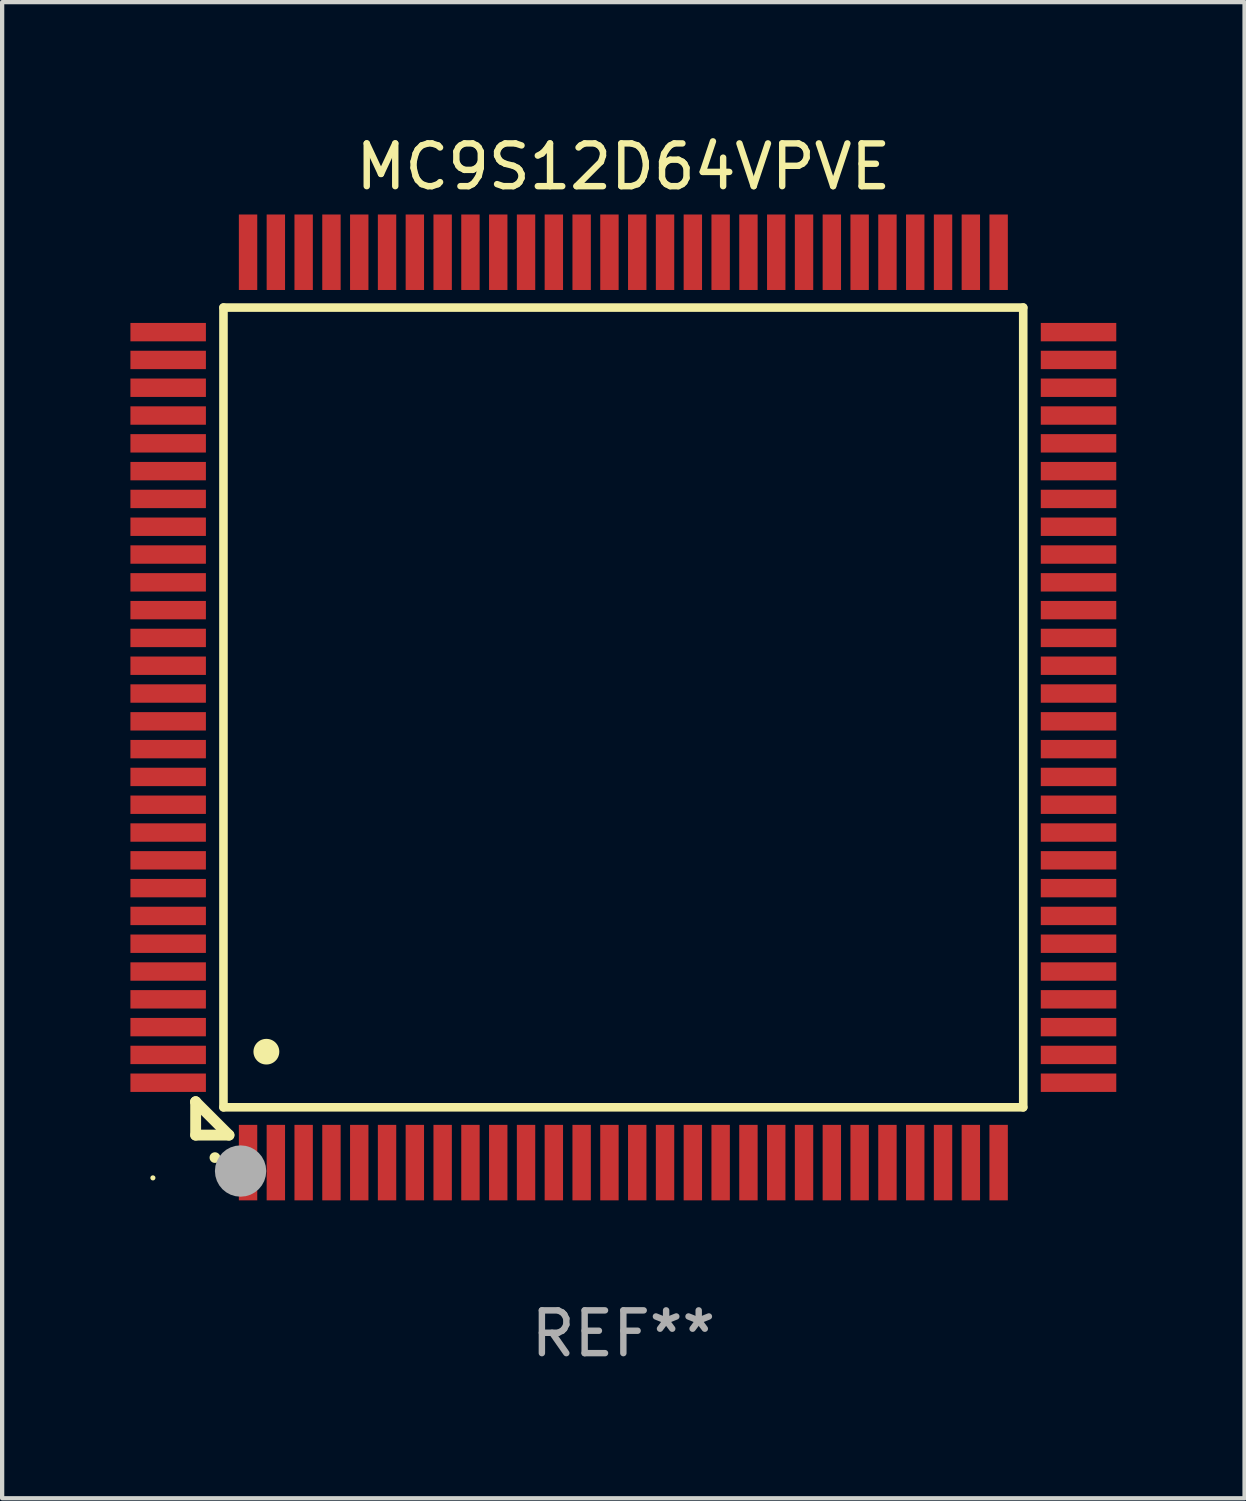
<source format=kicad_pcb>
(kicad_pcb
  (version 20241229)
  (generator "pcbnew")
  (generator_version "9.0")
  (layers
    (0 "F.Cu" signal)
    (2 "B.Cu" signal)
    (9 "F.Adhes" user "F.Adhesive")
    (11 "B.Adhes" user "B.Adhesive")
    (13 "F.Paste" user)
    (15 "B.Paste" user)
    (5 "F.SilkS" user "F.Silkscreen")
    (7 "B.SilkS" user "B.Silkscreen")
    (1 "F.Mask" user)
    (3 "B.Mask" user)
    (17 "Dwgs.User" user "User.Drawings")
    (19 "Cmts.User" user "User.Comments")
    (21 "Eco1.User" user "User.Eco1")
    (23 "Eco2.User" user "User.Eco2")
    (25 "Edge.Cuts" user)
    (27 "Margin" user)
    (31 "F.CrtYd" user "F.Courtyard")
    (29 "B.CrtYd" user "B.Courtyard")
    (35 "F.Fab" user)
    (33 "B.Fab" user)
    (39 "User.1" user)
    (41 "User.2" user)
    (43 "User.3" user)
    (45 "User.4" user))
  (footprint "MC9S12D64VPVE"
    (layer "F.Cu")
    (at 11.525 13.491)
    (property "Reference" "MC9S12D64VPVE" (at 0 -12.643 0) (layer "F.SilkS") (effects (font (size 1 1) (thickness 0.15))))
    (attr through_hole)
    (fp_line (start -10 9.221) (end -10 9.221) (stroke (width 0.254) (type solid)) (layer "F.SilkS"))
    (fp_line (start -10 9.221) (end -10 10) (stroke (width 0.254) (type solid)) (layer "F.SilkS"))
    (fp_line (start -10 9.221) (end -9.221 10) (stroke (width 0.254) (type solid)) (layer "F.SilkS"))
    (fp_line (start -10 10) (end -9.221 10) (stroke (width 0.254) (type solid)) (layer "F.SilkS"))
    (fp_line (start -9.35 -9.35) (end -9.35 9.35) (stroke (width 0.201) (type solid)) (layer "F.SilkS"))
    (fp_line (start -9.35 9.35) (end 9.35 9.35) (stroke (width 0.201) (type solid)) (layer "F.SilkS"))
    (fp_line (start 9.35 -9.35) (end -9.35 -9.35) (stroke (width 0.201) (type solid)) (layer "F.SilkS"))
    (fp_line (start 9.35 9.35) (end 9.35 -9.35) (stroke (width 0.201) (type solid)) (layer "F.SilkS"))
    (fp_arc (start -9.550546 10.525832) (mid -9.549276 10.525826) (end -9.548006 10.525832) (stroke (width 0.24892) (type solid)) (layer "F.SilkS"))
    (fp_arc (start -8.349124 8.049327) (mid -8.346584 8.049316) (end -8.344044 8.049327) (stroke (width 0.599441) (type solid)) (layer "F.SilkS"))
    (fp_circle (center -11 11) (end -10.97 11) (stroke (width 0.06) (type solid)) (fill no) (layer "F.SilkS"))
    (fp_circle (center -8.95 10.84) (end -8.65 10.84) (stroke (width 0.6) (type solid)) (fill no) (layer "F.Fab"))
    (fp_text user "REF**" (at 0 14.643 0) (layer "F.Fab") (effects (font (size 1 1) (thickness 0.15))))
    (pad "1" smd rect (at -8.775 10.643) (size 0.43 1.765) (layers "F.Cu" "F.Mask" "F.Paste"))
    (pad "2" smd rect (at -8.125 10.643) (size 0.43 1.765) (layers "F.Cu" "F.Mask" "F.Paste"))
    (pad "3" smd rect (at -7.475 10.643) (size 0.43 1.765) (layers "F.Cu" "F.Mask" "F.Paste"))
    (pad "4" smd rect (at -6.825 10.643) (size 0.43 1.765) (layers "F.Cu" "F.Mask" "F.Paste"))
    (pad "5" smd rect (at -6.175 10.643) (size 0.43 1.765) (layers "F.Cu" "F.Mask" "F.Paste"))
    (pad "6" smd rect (at -5.525 10.643) (size 0.43 1.765) (layers "F.Cu" "F.Mask" "F.Paste"))
    (pad "7" smd rect (at -4.875 10.643) (size 0.43 1.765) (layers "F.Cu" "F.Mask" "F.Paste"))
    (pad "8" smd rect (at -4.225 10.643) (size 0.43 1.765) (layers "F.Cu" "F.Mask" "F.Paste"))
    (pad "9" smd rect (at -3.575 10.643) (size 0.43 1.765) (layers "F.Cu" "F.Mask" "F.Paste"))
    (pad "10" smd rect (at -2.925 10.643) (size 0.43 1.765) (layers "F.Cu" "F.Mask" "F.Paste"))
    (pad "11" smd rect (at -2.275 10.643) (size 0.43 1.765) (layers "F.Cu" "F.Mask" "F.Paste"))
    (pad "12" smd rect (at -1.625 10.643) (size 0.43 1.765) (layers "F.Cu" "F.Mask" "F.Paste"))
    (pad "13" smd rect (at -0.975 10.643) (size 0.43 1.765) (layers "F.Cu" "F.Mask" "F.Paste"))
    (pad "14" smd rect (at -0.325 10.643) (size 0.43 1.765) (layers "F.Cu" "F.Mask" "F.Paste"))
    (pad "15" smd rect (at 0.325 10.643) (size 0.43 1.765) (layers "F.Cu" "F.Mask" "F.Paste"))
    (pad "16" smd rect (at 0.975 10.643) (size 0.43 1.765) (layers "F.Cu" "F.Mask" "F.Paste"))
    (pad "17" smd rect (at 1.625 10.643) (size 0.43 1.765) (layers "F.Cu" "F.Mask" "F.Paste"))
    (pad "18" smd rect (at 2.275 10.643) (size 0.43 1.765) (layers "F.Cu" "F.Mask" "F.Paste"))
    (pad "19" smd rect (at 2.925 10.643) (size 0.43 1.765) (layers "F.Cu" "F.Mask" "F.Paste"))
    (pad "20" smd rect (at 3.575 10.643) (size 0.43 1.765) (layers "F.Cu" "F.Mask" "F.Paste"))
    (pad "21" smd rect (at 4.225 10.643) (size 0.43 1.765) (layers "F.Cu" "F.Mask" "F.Paste"))
    (pad "22" smd rect (at 4.875 10.643) (size 0.43 1.765) (layers "F.Cu" "F.Mask" "F.Paste"))
    (pad "23" smd rect (at 5.525 10.643) (size 0.43 1.765) (layers "F.Cu" "F.Mask" "F.Paste"))
    (pad "24" smd rect (at 6.175 10.643) (size 0.43 1.765) (layers "F.Cu" "F.Mask" "F.Paste"))
    (pad "25" smd rect (at 6.825 10.643) (size 0.43 1.765) (layers "F.Cu" "F.Mask" "F.Paste"))
    (pad "26" smd rect (at 7.475 10.643) (size 0.43 1.765) (layers "F.Cu" "F.Mask" "F.Paste"))
    (pad "27" smd rect (at 8.125 10.643) (size 0.43 1.765) (layers "F.Cu" "F.Mask" "F.Paste"))
    (pad "28" smd rect (at 8.775 10.643) (size 0.43 1.765) (layers "F.Cu" "F.Mask" "F.Paste"))
    (pad "29" smd rect (at 10.643 8.775) (size 1.765 0.43) (layers "F.Cu" "F.Mask" "F.Paste"))
    (pad "30" smd rect (at 10.643 8.125) (size 1.765 0.43) (layers "F.Cu" "F.Mask" "F.Paste"))
    (pad "31" smd rect (at 10.643 7.475) (size 1.765 0.43) (layers "F.Cu" "F.Mask" "F.Paste"))
    (pad "32" smd rect (at 10.643 6.825) (size 1.765 0.43) (layers "F.Cu" "F.Mask" "F.Paste"))
    (pad "33" smd rect (at 10.643 6.175) (size 1.765 0.43) (layers "F.Cu" "F.Mask" "F.Paste"))
    (pad "34" smd rect (at 10.643 5.525) (size 1.765 0.43) (layers "F.Cu" "F.Mask" "F.Paste"))
    (pad "35" smd rect (at 10.643 4.875) (size 1.765 0.43) (layers "F.Cu" "F.Mask" "F.Paste"))
    (pad "36" smd rect (at 10.643 4.225) (size 1.765 0.43) (layers "F.Cu" "F.Mask" "F.Paste"))
    (pad "37" smd rect (at 10.643 3.575) (size 1.765 0.43) (layers "F.Cu" "F.Mask" "F.Paste"))
    (pad "38" smd rect (at 10.643 2.925) (size 1.765 0.43) (layers "F.Cu" "F.Mask" "F.Paste"))
    (pad "39" smd rect (at 10.643 2.275) (size 1.765 0.43) (layers "F.Cu" "F.Mask" "F.Paste"))
    (pad "40" smd rect (at 10.643 1.625) (size 1.765 0.43) (layers "F.Cu" "F.Mask" "F.Paste"))
    (pad "41" smd rect (at 10.643 0.975) (size 1.765 0.43) (layers "F.Cu" "F.Mask" "F.Paste"))
    (pad "42" smd rect (at 10.643 0.325) (size 1.765 0.43) (layers "F.Cu" "F.Mask" "F.Paste"))
    (pad "43" smd rect (at 10.643 -0.325) (size 1.765 0.43) (layers "F.Cu" "F.Mask" "F.Paste"))
    (pad "44" smd rect (at 10.643 -0.975) (size 1.765 0.43) (layers "F.Cu" "F.Mask" "F.Paste"))
    (pad "45" smd rect (at 10.643 -1.625) (size 1.765 0.43) (layers "F.Cu" "F.Mask" "F.Paste"))
    (pad "46" smd rect (at 10.643 -2.275) (size 1.765 0.43) (layers "F.Cu" "F.Mask" "F.Paste"))
    (pad "47" smd rect (at 10.643 -2.925) (size 1.765 0.43) (layers "F.Cu" "F.Mask" "F.Paste"))
    (pad "48" smd rect (at 10.643 -3.575) (size 1.765 0.43) (layers "F.Cu" "F.Mask" "F.Paste"))
    (pad "49" smd rect (at 10.643 -4.225) (size 1.765 0.43) (layers "F.Cu" "F.Mask" "F.Paste"))
    (pad "50" smd rect (at 10.643 -4.875) (size 1.765 0.43) (layers "F.Cu" "F.Mask" "F.Paste"))
    (pad "51" smd rect (at 10.643 -5.525) (size 1.765 0.43) (layers "F.Cu" "F.Mask" "F.Paste"))
    (pad "52" smd rect (at 10.643 -6.175) (size 1.765 0.43) (layers "F.Cu" "F.Mask" "F.Paste"))
    (pad "53" smd rect (at 10.643 -6.825) (size 1.765 0.43) (layers "F.Cu" "F.Mask" "F.Paste"))
    (pad "54" smd rect (at 10.643 -7.475) (size 1.765 0.43) (layers "F.Cu" "F.Mask" "F.Paste"))
    (pad "55" smd rect (at 10.643 -8.125) (size 1.765 0.43) (layers "F.Cu" "F.Mask" "F.Paste"))
    (pad "56" smd rect (at 10.643 -8.775) (size 1.765 0.43) (layers "F.Cu" "F.Mask" "F.Paste"))
    (pad "57" smd rect (at 8.775 -10.643) (size 0.43 1.765) (layers "F.Cu" "F.Mask" "F.Paste"))
    (pad "58" smd rect (at 8.125 -10.643) (size 0.43 1.765) (layers "F.Cu" "F.Mask" "F.Paste"))
    (pad "59" smd rect (at 7.475 -10.643) (size 0.43 1.765) (layers "F.Cu" "F.Mask" "F.Paste"))
    (pad "60" smd rect (at 6.825 -10.643) (size 0.43 1.765) (layers "F.Cu" "F.Mask" "F.Paste"))
    (pad "61" smd rect (at 6.175 -10.643) (size 0.43 1.765) (layers "F.Cu" "F.Mask" "F.Paste"))
    (pad "62" smd rect (at 5.525 -10.643) (size 0.43 1.765) (layers "F.Cu" "F.Mask" "F.Paste"))
    (pad "63" smd rect (at 4.875 -10.643) (size 0.43 1.765) (layers "F.Cu" "F.Mask" "F.Paste"))
    (pad "64" smd rect (at 4.225 -10.643) (size 0.43 1.765) (layers "F.Cu" "F.Mask" "F.Paste"))
    (pad "65" smd rect (at 3.575 -10.643) (size 0.43 1.765) (layers "F.Cu" "F.Mask" "F.Paste"))
    (pad "66" smd rect (at 2.925 -10.643) (size 0.43 1.765) (layers "F.Cu" "F.Mask" "F.Paste"))
    (pad "67" smd rect (at 2.275 -10.643) (size 0.43 1.765) (layers "F.Cu" "F.Mask" "F.Paste"))
    (pad "68" smd rect (at 1.625 -10.643) (size 0.43 1.765) (layers "F.Cu" "F.Mask" "F.Paste"))
    (pad "69" smd rect (at 0.975 -10.643) (size 0.43 1.765) (layers "F.Cu" "F.Mask" "F.Paste"))
    (pad "70" smd rect (at 0.325 -10.643) (size 0.43 1.765) (layers "F.Cu" "F.Mask" "F.Paste"))
    (pad "71" smd rect (at -0.325 -10.643) (size 0.43 1.765) (layers "F.Cu" "F.Mask" "F.Paste"))
    (pad "72" smd rect (at -0.975 -10.643) (size 0.43 1.765) (layers "F.Cu" "F.Mask" "F.Paste"))
    (pad "73" smd rect (at -1.625 -10.643) (size 0.43 1.765) (layers "F.Cu" "F.Mask" "F.Paste"))
    (pad "74" smd rect (at -2.275 -10.643) (size 0.43 1.765) (layers "F.Cu" "F.Mask" "F.Paste"))
    (pad "75" smd rect (at -2.925 -10.643) (size 0.43 1.765) (layers "F.Cu" "F.Mask" "F.Paste"))
    (pad "76" smd rect (at -3.575 -10.643) (size 0.43 1.765) (layers "F.Cu" "F.Mask" "F.Paste"))
    (pad "77" smd rect (at -4.225 -10.643) (size 0.43 1.765) (layers "F.Cu" "F.Mask" "F.Paste"))
    (pad "78" smd rect (at -4.875 -10.643) (size 0.43 1.765) (layers "F.Cu" "F.Mask" "F.Paste"))
    (pad "79" smd rect (at -5.525 -10.643) (size 0.43 1.765) (layers "F.Cu" "F.Mask" "F.Paste"))
    (pad "80" smd rect (at -6.175 -10.643) (size 0.43 1.765) (layers "F.Cu" "F.Mask" "F.Paste"))
    (pad "81" smd rect (at -6.825 -10.643) (size 0.43 1.765) (layers "F.Cu" "F.Mask" "F.Paste"))
    (pad "82" smd rect (at -7.475 -10.643) (size 0.43 1.765) (layers "F.Cu" "F.Mask" "F.Paste"))
    (pad "83" smd rect (at -8.125 -10.643) (size 0.43 1.765) (layers "F.Cu" "F.Mask" "F.Paste"))
    (pad "84" smd rect (at -8.775 -10.643) (size 0.43 1.765) (layers "F.Cu" "F.Mask" "F.Paste"))
    (pad "85" smd rect (at -10.643 -8.775) (size 1.765 0.43) (layers "F.Cu" "F.Mask" "F.Paste"))
    (pad "86" smd rect (at -10.643 -8.125) (size 1.765 0.43) (layers "F.Cu" "F.Mask" "F.Paste"))
    (pad "87" smd rect (at -10.643 -7.475) (size 1.765 0.43) (layers "F.Cu" "F.Mask" "F.Paste"))
    (pad "88" smd rect (at -10.643 -6.825) (size 1.765 0.43) (layers "F.Cu" "F.Mask" "F.Paste"))
    (pad "89" smd rect (at -10.643 -6.175) (size 1.765 0.43) (layers "F.Cu" "F.Mask" "F.Paste"))
    (pad "90" smd rect (at -10.643 -5.525) (size 1.765 0.43) (layers "F.Cu" "F.Mask" "F.Paste"))
    (pad "91" smd rect (at -10.643 -4.875) (size 1.765 0.43) (layers "F.Cu" "F.Mask" "F.Paste"))
    (pad "92" smd rect (at -10.643 -4.225) (size 1.765 0.43) (layers "F.Cu" "F.Mask" "F.Paste"))
    (pad "93" smd rect (at -10.643 -3.575) (size 1.765 0.43) (layers "F.Cu" "F.Mask" "F.Paste"))
    (pad "94" smd rect (at -10.643 -2.925) (size 1.765 0.43) (layers "F.Cu" "F.Mask" "F.Paste"))
    (pad "95" smd rect (at -10.643 -2.275) (size 1.765 0.43) (layers "F.Cu" "F.Mask" "F.Paste"))
    (pad "96" smd rect (at -10.643 -1.625) (size 1.765 0.43) (layers "F.Cu" "F.Mask" "F.Paste"))
    (pad "97" smd rect (at -10.643 -0.975) (size 1.765 0.43) (layers "F.Cu" "F.Mask" "F.Paste"))
    (pad "98" smd rect (at -10.643 -0.325) (size 1.765 0.43) (layers "F.Cu" "F.Mask" "F.Paste"))
    (pad "99" smd rect (at -10.643 0.325) (size 1.765 0.43) (layers "F.Cu" "F.Mask" "F.Paste"))
    (pad "100" smd rect (at -10.643 0.975) (size 1.765 0.43) (layers "F.Cu" "F.Mask" "F.Paste"))
    (pad "101" smd rect (at -10.643 1.625) (size 1.765 0.43) (layers "F.Cu" "F.Mask" "F.Paste"))
    (pad "102" smd rect (at -10.643 2.275) (size 1.765 0.43) (layers "F.Cu" "F.Mask" "F.Paste"))
    (pad "103" smd rect (at -10.643 2.925) (size 1.765 0.43) (layers "F.Cu" "F.Mask" "F.Paste"))
    (pad "104" smd rect (at -10.643 3.575) (size 1.765 0.43) (layers "F.Cu" "F.Mask" "F.Paste"))
    (pad "105" smd rect (at -10.643 4.225) (size 1.765 0.43) (layers "F.Cu" "F.Mask" "F.Paste"))
    (pad "106" smd rect (at -10.643 4.875) (size 1.765 0.43) (layers "F.Cu" "F.Mask" "F.Paste"))
    (pad "107" smd rect (at -10.643 5.525) (size 1.765 0.43) (layers "F.Cu" "F.Mask" "F.Paste"))
    (pad "108" smd rect (at -10.643 6.175) (size 1.765 0.43) (layers "F.Cu" "F.Mask" "F.Paste"))
    (pad "109" smd rect (at -10.643 6.825) (size 1.765 0.43) (layers "F.Cu" "F.Mask" "F.Paste"))
    (pad "110" smd rect (at -10.643 7.475) (size 1.765 0.43) (layers "F.Cu" "F.Mask" "F.Paste"))
    (pad "111" smd rect (at -10.643 8.125) (size 1.765 0.43) (layers "F.Cu" "F.Mask" "F.Paste"))
    (pad "112" smd rect (at -10.643 8.775) (size 1.765 0.43) (layers "F.Cu" "F.Mask" "F.Paste")))
  (gr_rect
    (start -3 -3)
    (end 26.05 31.982)
    (stroke (width 0.1) (type default))
    (fill no)
    (layer "Edge.Cuts")))
</source>
